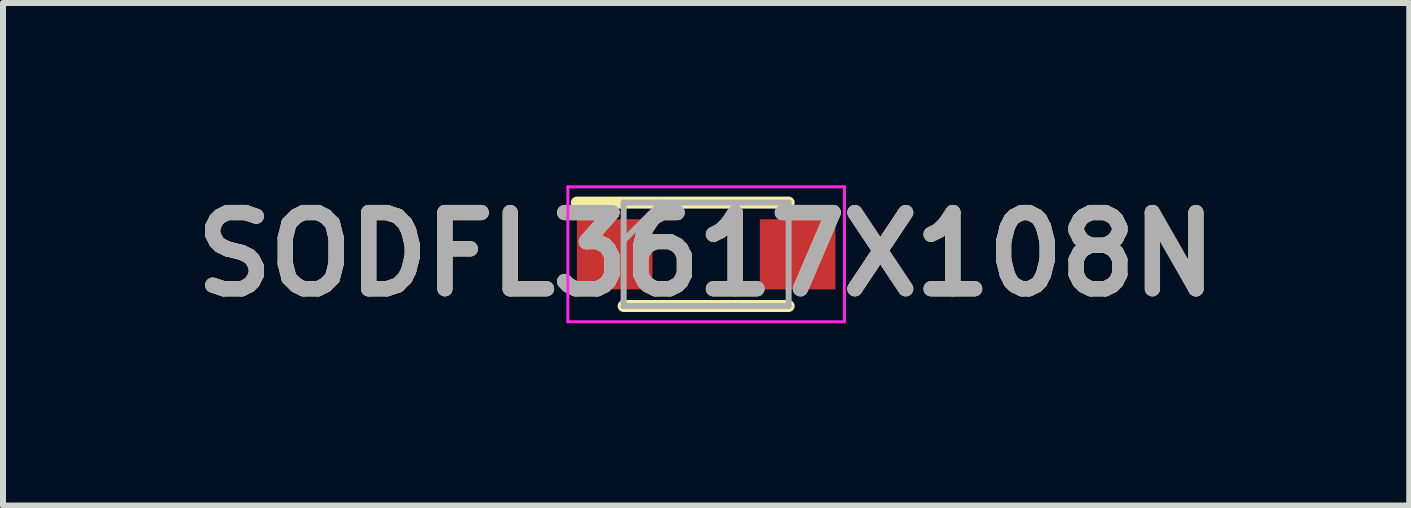
<source format=kicad_pcb>
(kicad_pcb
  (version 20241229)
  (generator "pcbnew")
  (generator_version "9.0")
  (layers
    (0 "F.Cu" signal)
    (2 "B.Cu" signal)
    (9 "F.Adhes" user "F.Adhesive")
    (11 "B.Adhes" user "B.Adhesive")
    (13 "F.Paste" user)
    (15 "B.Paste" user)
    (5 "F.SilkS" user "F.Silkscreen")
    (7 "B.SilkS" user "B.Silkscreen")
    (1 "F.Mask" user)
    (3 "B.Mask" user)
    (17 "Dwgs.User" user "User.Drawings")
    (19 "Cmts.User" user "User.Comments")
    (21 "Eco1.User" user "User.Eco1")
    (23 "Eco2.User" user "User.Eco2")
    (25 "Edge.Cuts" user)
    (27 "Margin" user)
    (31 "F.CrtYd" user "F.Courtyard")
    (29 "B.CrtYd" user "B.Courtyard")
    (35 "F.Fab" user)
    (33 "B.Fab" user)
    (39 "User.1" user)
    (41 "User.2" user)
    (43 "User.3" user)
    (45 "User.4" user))
  (footprint "SODFL3617X108N"
    (layer "F.Cu")
    (at 8.721 1.189)
    (property "Reference" "SODFL3617X108N" (at 0 0 0) (layer "F.SilkS") (effects (font (size 1.27 1.27) (thickness 0.254))))
    (attr smd)
    (fp_line (start -2.155 -0.862) (end 1.375 -0.862) (stroke (width 0.2) (type solid)) (layer "F.SilkS"))
    (fp_line (start -1.375 0.862) (end 1.375 0.862) (stroke (width 0.2) (type solid)) (layer "F.SilkS"))
    (fp_line (start -2.305 -1.125) (end 2.305 -1.125) (stroke (width 0.05) (type solid)) (layer "F.CrtYd"))
    (fp_line (start -2.305 1.125) (end -2.305 -1.125) (stroke (width 0.05) (type solid)) (layer "F.CrtYd"))
    (fp_line (start 2.305 -1.125) (end 2.305 1.125) (stroke (width 0.05) (type solid)) (layer "F.CrtYd"))
    (fp_line (start 2.305 1.125) (end -2.305 1.125) (stroke (width 0.05) (type solid)) (layer "F.CrtYd"))
    (fp_line (start -1.375 -0.862) (end 1.375 -0.862) (stroke (width 0.1) (type solid)) (layer "F.Fab"))
    (fp_line (start -1.375 -0.232) (end -0.745 -0.862) (stroke (width 0.1) (type solid)) (layer "F.Fab"))
    (fp_line (start -1.375 0.862) (end -1.375 -0.862) (stroke (width 0.1) (type solid)) (layer "F.Fab"))
    (fp_line (start 1.375 -0.862) (end 1.375 0.862) (stroke (width 0.1) (type solid)) (layer "F.Fab"))
    (fp_line (start 1.375 0.862) (end -1.375 0.862) (stroke (width 0.1) (type solid)) (layer "F.Fab"))
    (fp_text user "${REFERENCE}" (at 0 0 0) (layer "F.Fab") (effects (font (size 1.27 1.27) (thickness 0.254))))
    (pad "1" smd rect (at -1.525 0 90) (size 1.17 1.26) (layers "F.Cu" "F.Mask" "F.Paste"))
    (pad "2" smd rect (at 1.525 0 90) (size 1.17 1.26) (layers "F.Cu" "F.Mask" "F.Paste")))
  (gr_rect
    (start -3 -3)
    (end 20.441 5.377)
    (stroke (width 0.1) (type default))
    (fill no)
    (layer "Edge.Cuts")))
</source>
